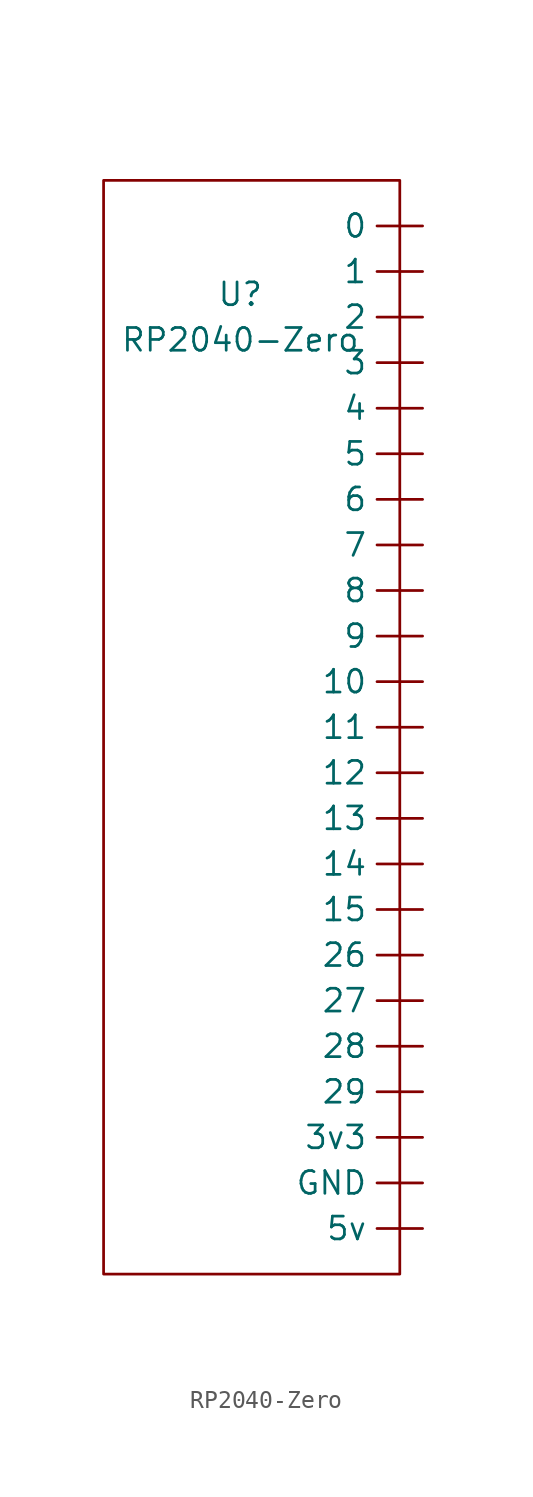
<source format=kicad_sym>
(kicad_symbol_lib
  (version 20211014)
  (generator kicad_symbol_editor)
  (symbol "RP2040-Zero"
    (pin_numbers hide)
    (property "Reference" "U"
      (at 0 0 0)
      (effects (font (size 1.27 1.27))))
    (property "Value" "RP2040-Zero"
      (at 0 -2.54 0)
      (effects (font (size 1.27 1.27))))
    (symbol "RP2040-Zero_0_1"
      (rectangle (start -7.62 6.35) (end 8.89 -54.61) (stroke (width 0) (type default) (color 0 0 0 0)) (fill (type none))))
    (symbol "RP2040-Zero_1_1"
      (pin bidirectional line (at 10.16 3.81 180) (length 2.54) (name "0" (effects (font (size 1.27 1.27)))) (number "0" (effects (font (size 1.27 1.27)))))
      (pin bidirectional line (at 10.16 1.27 180) (length 2.54) (name "1" (effects (font (size 1.27 1.27)))) (number "1" (effects (font (size 1.27 1.27)))))
      (pin bidirectional line (at 10.16 -21.59 180) (length 2.54) (name "10" (effects (font (size 1.27 1.27)))) (number "10" (effects (font (size 1.27 1.27)))))
      (pin bidirectional line (at 10.16 -24.13 180) (length 2.54) (name "11" (effects (font (size 1.27 1.27)))) (number "11" (effects (font (size 1.27 1.27)))))
      (pin bidirectional line (at 10.16 -26.67 180) (length 2.54) (name "12" (effects (font (size 1.27 1.27)))) (number "12" (effects (font (size 1.27 1.27)))))
      (pin bidirectional line (at 10.16 -29.21 180) (length 2.54) (name "13" (effects (font (size 1.27 1.27)))) (number "13" (effects (font (size 1.27 1.27)))))
      (pin bidirectional line (at 10.16 -31.75 180) (length 2.54) (name "14" (effects (font (size 1.27 1.27)))) (number "14" (effects (font (size 1.27 1.27)))))
      (pin bidirectional line (at 10.16 -34.29 180) (length 2.54) (name "15" (effects (font (size 1.27 1.27)))) (number "15" (effects (font (size 1.27 1.27)))))
      (pin bidirectional line (at 10.16 -1.27 180) (length 2.54) (name "2" (effects (font (size 1.27 1.27)))) (number "2" (effects (font (size 1.27 1.27)))))
      (pin bidirectional line (at 10.16 -36.83 180) (length 2.54) (name "26" (effects (font (size 1.27 1.27)))) (number "26" (effects (font (size 1.27 1.27)))))
      (pin bidirectional line (at 10.16 -39.37 180) (length 2.54) (name "27" (effects (font (size 1.27 1.27)))) (number "27" (effects (font (size 1.27 1.27)))))
      (pin bidirectional line (at 10.16 -41.91 180) (length 2.54) (name "28" (effects (font (size 1.27 1.27)))) (number "28" (effects (font (size 1.27 1.27)))))
      (pin bidirectional line (at 10.16 -44.45 180) (length 2.54) (name "29" (effects (font (size 1.27 1.27)))) (number "29" (effects (font (size 1.27 1.27)))))
      (pin bidirectional line (at 10.16 -3.81 180) (length 2.54) (name "3" (effects (font (size 1.27 1.27)))) (number "3" (effects (font (size 1.27 1.27)))))
      (pin bidirectional line (at 10.16 -46.99 180) (length 2.54) (name "3v3" (effects (font (size 1.27 1.27)))) (number "3v3" (effects (font (size 1.27 1.27)))))
      (pin bidirectional line (at 10.16 -6.35 180) (length 2.54) (name "4" (effects (font (size 1.27 1.27)))) (number "4" (effects (font (size 1.27 1.27)))))
      (pin bidirectional line (at 10.16 -8.89 180) (length 2.54) (name "5" (effects (font (size 1.27 1.27)))) (number "5" (effects (font (size 1.27 1.27)))))
      (pin bidirectional line (at 10.16 -52.07 180) (length 2.54) (name "5v" (effects (font (size 1.27 1.27)))) (number "5v" (effects (font (size 1.27 1.27)))))
      (pin bidirectional line (at 10.16 -11.43 180) (length 2.54) (name "6" (effects (font (size 1.27 1.27)))) (number "6" (effects (font (size 1.27 1.27)))))
      (pin bidirectional line (at 10.16 -13.97 180) (length 2.54) (name "7" (effects (font (size 1.27 1.27)))) (number "7" (effects (font (size 1.27 1.27)))))
      (pin bidirectional line (at 10.16 -16.51 180) (length 2.54) (name "8" (effects (font (size 1.27 1.27)))) (number "8" (effects (font (size 1.27 1.27)))))
      (pin bidirectional line (at 10.16 -19.05 180) (length 2.54) (name "9" (effects (font (size 1.27 1.27)))) (number "9" (effects (font (size 1.27 1.27)))))
      (pin bidirectional line (at 10.16 -49.53 180) (length 2.54) (name "GND" (effects (font (size 1.27 1.27)))) (number "GND" (effects (font (size 1.27 1.27))))))))
</source>
